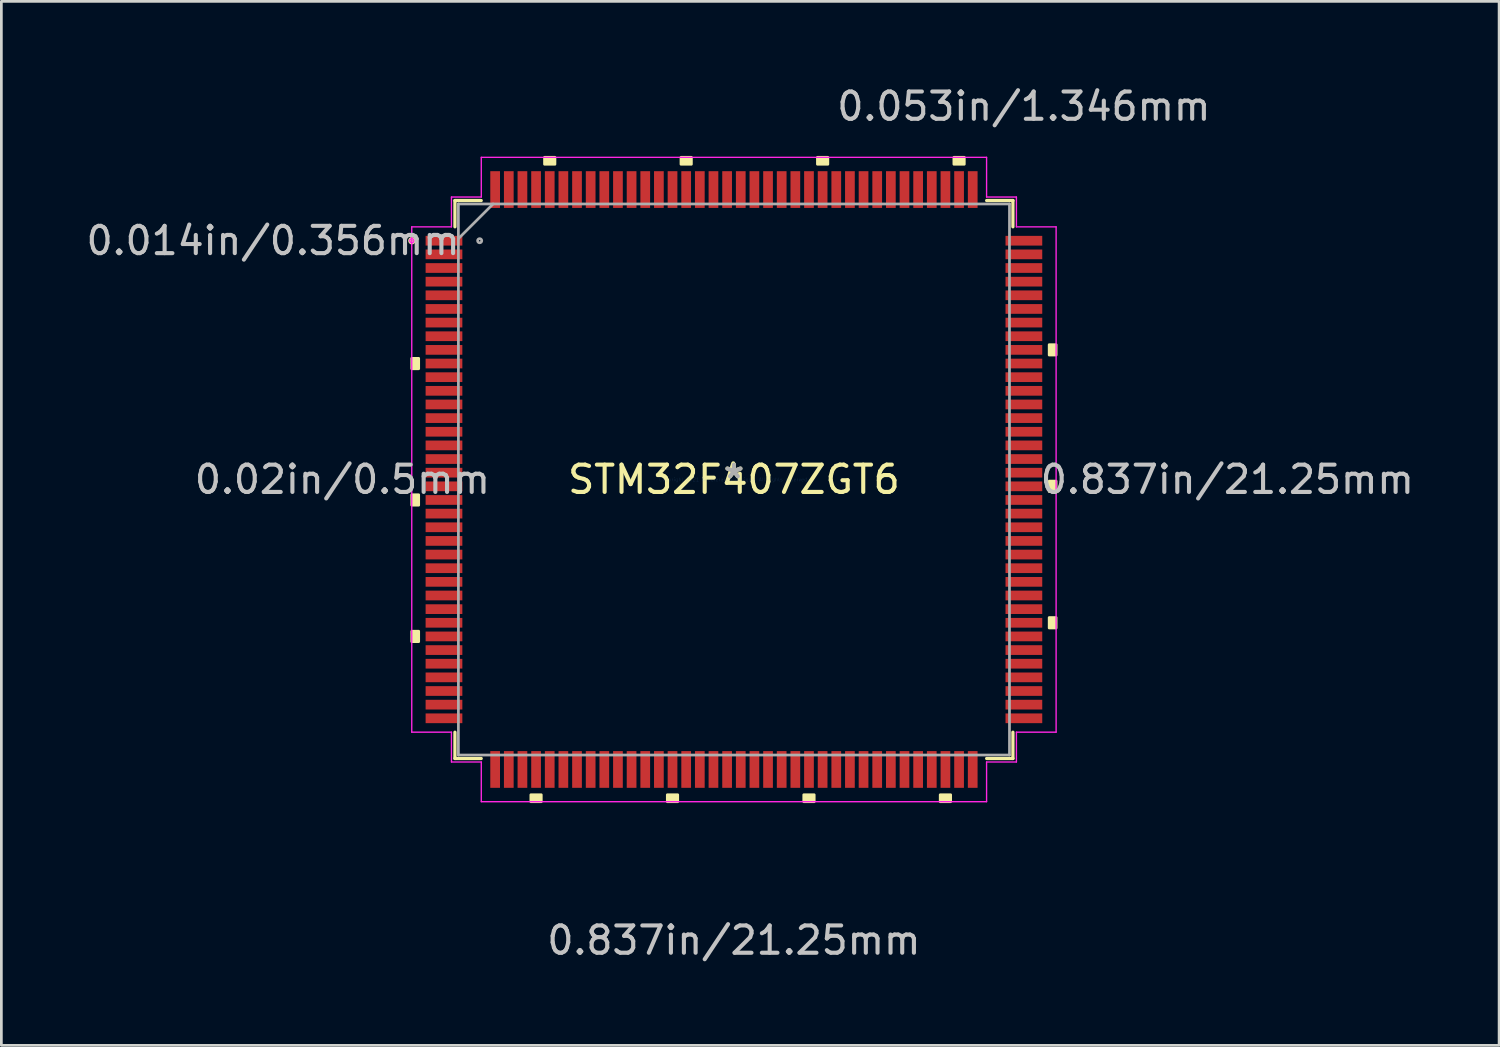
<source format=kicad_pcb>
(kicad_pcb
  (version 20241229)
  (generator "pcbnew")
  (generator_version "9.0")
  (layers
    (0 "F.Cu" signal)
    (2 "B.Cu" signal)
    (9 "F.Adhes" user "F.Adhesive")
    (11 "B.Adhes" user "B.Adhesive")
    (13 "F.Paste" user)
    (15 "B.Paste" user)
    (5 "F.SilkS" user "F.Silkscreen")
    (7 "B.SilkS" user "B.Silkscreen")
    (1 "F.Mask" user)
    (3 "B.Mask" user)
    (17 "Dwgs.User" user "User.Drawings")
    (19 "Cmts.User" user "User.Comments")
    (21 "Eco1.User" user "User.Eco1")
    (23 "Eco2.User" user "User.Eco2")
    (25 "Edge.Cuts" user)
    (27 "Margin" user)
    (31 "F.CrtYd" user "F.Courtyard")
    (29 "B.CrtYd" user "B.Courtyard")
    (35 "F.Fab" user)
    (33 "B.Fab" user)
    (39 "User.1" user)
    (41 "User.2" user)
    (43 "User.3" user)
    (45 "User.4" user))
  (footprint "STM32F407ZGT6"
    (layer "F.Cu")
    (at 23.844 14.521)
    (property "Reference" "STM32F407ZGT6" (at 0 0 0) (layer "F.SilkS") (effects (font (size 1 1) (thickness 0.15))))
    (attr through_hole)
    (fp_line (start -10.223 -10.223) (end -10.223 -9.261) (stroke (width 0.12) (type solid)) (layer "F.SilkS"))
    (fp_line (start -10.223 9.261) (end -10.223 10.223) (stroke (width 0.12) (type solid)) (layer "F.SilkS"))
    (fp_line (start -10.223 10.223) (end -9.261 10.223) (stroke (width 0.12) (type solid)) (layer "F.SilkS"))
    (fp_line (start -9.261 -10.223) (end -10.223 -10.223) (stroke (width 0.12) (type solid)) (layer "F.SilkS"))
    (fp_line (start 9.261 10.223) (end 10.223 10.223) (stroke (width 0.12) (type solid)) (layer "F.SilkS"))
    (fp_line (start 10.223 -10.223) (end 9.261 -10.223) (stroke (width 0.12) (type solid)) (layer "F.SilkS"))
    (fp_line (start 10.223 -9.261) (end 10.223 -10.223) (stroke (width 0.12) (type solid)) (layer "F.SilkS"))
    (fp_line (start 10.223 10.223) (end 10.223 9.261) (stroke (width 0.12) (type solid)) (layer "F.SilkS"))
    (fp_circle (center -11.802 -8.75) (end -11.726 -8.75) (stroke (width 0.12) (type solid)) (fill no) (layer "F.SilkS"))
    (fp_poly (pts (xy -11.806 -4.44) (xy -11.806 -4.059) (xy -11.552 -4.059) (xy -11.552 -4.44)) (stroke (width 0.1) (type solid)) (fill yes) (layer "F.SilkS"))
    (fp_poly (pts (xy -11.806 0.56) (xy -11.806 0.941) (xy -11.552 0.941) (xy -11.552 0.56)) (stroke (width 0.1) (type solid)) (fill yes) (layer "F.SilkS"))
    (fp_poly (pts (xy -11.806 5.56) (xy -11.806 5.941) (xy -11.552 5.941) (xy -11.552 5.56)) (stroke (width 0.1) (type solid)) (fill yes) (layer "F.SilkS"))
    (fp_poly (pts (xy -7.441 11.552) (xy -7.441 11.806) (xy -7.06 11.806) (xy -7.06 11.552)) (stroke (width 0.1) (type solid)) (fill yes) (layer "F.SilkS"))
    (fp_poly (pts (xy -6.94 -11.552) (xy -6.94 -11.806) (xy -6.559 -11.806) (xy -6.559 -11.552)) (stroke (width 0.1) (type solid)) (fill yes) (layer "F.SilkS"))
    (fp_poly (pts (xy -2.441 11.552) (xy -2.441 11.806) (xy -2.06 11.806) (xy -2.06 11.552)) (stroke (width 0.1) (type solid)) (fill yes) (layer "F.SilkS"))
    (fp_poly (pts (xy -1.94 -11.552) (xy -1.94 -11.806) (xy -1.559 -11.806) (xy -1.559 -11.552)) (stroke (width 0.1) (type solid)) (fill yes) (layer "F.SilkS"))
    (fp_poly (pts (xy 2.559 11.552) (xy 2.559 11.806) (xy 2.941 11.806) (xy 2.941 11.552)) (stroke (width 0.1) (type solid)) (fill yes) (layer "F.SilkS"))
    (fp_poly (pts (xy 3.06 -11.552) (xy 3.06 -11.806) (xy 3.441 -11.806) (xy 3.441 -11.552)) (stroke (width 0.1) (type solid)) (fill yes) (layer "F.SilkS"))
    (fp_poly (pts (xy 7.559 11.552) (xy 7.559 11.806) (xy 7.941 11.806) (xy 7.941 11.552)) (stroke (width 0.1) (type solid)) (fill yes) (layer "F.SilkS"))
    (fp_poly (pts (xy 8.06 -11.552) (xy 8.06 -11.806) (xy 8.441 -11.806) (xy 8.441 -11.552)) (stroke (width 0.1) (type solid)) (fill yes) (layer "F.SilkS"))
    (fp_poly (pts (xy 11.806 -4.941) (xy 11.806 -4.56) (xy 11.552 -4.56) (xy 11.552 -4.941)) (stroke (width 0.1) (type solid)) (fill yes) (layer "F.SilkS"))
    (fp_poly (pts (xy 11.806 0.059) (xy 11.806 0.441) (xy 11.552 0.441) (xy 11.552 0.059)) (stroke (width 0.1) (type solid)) (fill yes) (layer "F.SilkS"))
    (fp_poly (pts (xy 11.806 5.059) (xy 11.806 5.441) (xy 11.552 5.441) (xy 11.552 5.059)) (stroke (width 0.1) (type solid)) (fill yes) (layer "F.SilkS"))
    (fp_line (start -11.806 -9.258) (end -10.351 -9.258) (stroke (width 0.05) (type solid)) (layer "F.CrtYd"))
    (fp_line (start -11.806 9.258) (end -11.806 -9.258) (stroke (width 0.05) (type solid)) (layer "F.CrtYd"))
    (fp_line (start -10.351 -10.351) (end -9.258 -10.351) (stroke (width 0.05) (type solid)) (layer "F.CrtYd"))
    (fp_line (start -10.351 -9.258) (end -10.351 -10.351) (stroke (width 0.05) (type solid)) (layer "F.CrtYd"))
    (fp_line (start -10.351 9.258) (end -11.806 9.258) (stroke (width 0.05) (type solid)) (layer "F.CrtYd"))
    (fp_line (start -10.351 10.351) (end -10.351 9.258) (stroke (width 0.05) (type solid)) (layer "F.CrtYd"))
    (fp_line (start -9.258 -11.806) (end 9.258 -11.806) (stroke (width 0.05) (type solid)) (layer "F.CrtYd"))
    (fp_line (start -9.258 -10.351) (end -9.258 -11.806) (stroke (width 0.05) (type solid)) (layer "F.CrtYd"))
    (fp_line (start -9.258 10.351) (end -10.351 10.351) (stroke (width 0.05) (type solid)) (layer "F.CrtYd"))
    (fp_line (start -9.258 11.806) (end -9.258 10.351) (stroke (width 0.05) (type solid)) (layer "F.CrtYd"))
    (fp_line (start 9.258 -11.806) (end 9.258 -10.351) (stroke (width 0.05) (type solid)) (layer "F.CrtYd"))
    (fp_line (start 9.258 -10.351) (end 10.351 -10.351) (stroke (width 0.05) (type solid)) (layer "F.CrtYd"))
    (fp_line (start 9.258 10.351) (end 9.258 11.806) (stroke (width 0.05) (type solid)) (layer "F.CrtYd"))
    (fp_line (start 9.258 11.806) (end -9.258 11.806) (stroke (width 0.05) (type solid)) (layer "F.CrtYd"))
    (fp_line (start 10.351 -10.351) (end 10.351 -9.258) (stroke (width 0.05) (type solid)) (layer "F.CrtYd"))
    (fp_line (start 10.351 -9.258) (end 11.806 -9.258) (stroke (width 0.05) (type solid)) (layer "F.CrtYd"))
    (fp_line (start 10.351 9.258) (end 10.351 10.351) (stroke (width 0.05) (type solid)) (layer "F.CrtYd"))
    (fp_line (start 10.351 10.351) (end 9.258 10.351) (stroke (width 0.05) (type solid)) (layer "F.CrtYd"))
    (fp_line (start 11.806 -9.258) (end 11.806 9.258) (stroke (width 0.05) (type solid)) (layer "F.CrtYd"))
    (fp_line (start 11.806 9.258) (end 10.351 9.258) (stroke (width 0.05) (type solid)) (layer "F.CrtYd"))
    (fp_circle (center -11.802 -8.75) (end -11.726 -8.75) (stroke (width 0.05) (type solid)) (fill no) (layer "F.CrtYd"))
    (fp_line (start -10.097 -10.097) (end -10.097 10.097) (stroke (width 0.1) (type solid)) (layer "F.Fab"))
    (fp_line (start -10.097 -8.826) (end -8.826 -10.097) (stroke (width 0.1) (type solid)) (layer "F.Fab"))
    (fp_line (start -10.097 10.097) (end 10.097 10.097) (stroke (width 0.1) (type solid)) (layer "F.Fab"))
    (fp_line (start 10.097 -10.097) (end -10.097 -10.097) (stroke (width 0.1) (type solid)) (layer "F.Fab"))
    (fp_line (start 10.097 10.097) (end 10.097 -10.097) (stroke (width 0.1) (type solid)) (layer "F.Fab"))
    (fp_circle (center -9.317 -8.75) (end -9.241 -8.75) (stroke (width 0.1) (type solid)) (fill no) (layer "F.Fab"))
    (fp_text user "*" (at 0 0 0) (layer "F.SilkS") (effects (font (size 1 1) (thickness 0.15))))
    (fp_text user "0.014in/0.356mm" (at -16.886 -8.75 0) (layer "Dwgs.User") (effects (font (size 1 1) (thickness 0.15))))
    (fp_text user "0.02in/0.5mm" (at -14.346 0 0) (layer "Dwgs.User") (effects (font (size 1 1) (thickness 0.15))))
    (fp_text user "0.837in/21.25mm" (at 0 16.886 0) (layer "Dwgs.User") (effects (font (size 1 1) (thickness 0.15))))
    (fp_text user "0.837in/21.25mm" (at 18.08 0 0) (layer "Dwgs.User") (effects (font (size 1 1) (thickness 0.15))))
    (fp_text user "0.053in/1.346mm" (at 10.625 -13.673 0) (layer "Dwgs.User") (effects (font (size 1 1) (thickness 0.15))))
    (fp_text user "Copyright 2021 Accelerated Designs. All rights reserved." (at 0 0 0) (layer "Cmts.User") (effects (font (size 0.127 0.127) (thickness 0.002))))
    (fp_text user "*" (at 0 0 0) (layer "F.Fab") (effects (font (size 1 1) (thickness 0.15))))
    (pad "1" smd rect (at -10.625 -8.75) (size 1.346 0.356) (layers "F.Cu" "F.Mask" "F.Paste"))
    (pad "2" smd rect (at -10.625 -8.25) (size 1.346 0.356) (layers "F.Cu" "F.Mask" "F.Paste"))
    (pad "3" smd rect (at -10.625 -7.75) (size 1.346 0.356) (layers "F.Cu" "F.Mask" "F.Paste"))
    (pad "4" smd rect (at -10.625 -7.25) (size 1.346 0.356) (layers "F.Cu" "F.Mask" "F.Paste"))
    (pad "5" smd rect (at -10.625 -6.75) (size 1.346 0.356) (layers "F.Cu" "F.Mask" "F.Paste"))
    (pad "6" smd rect (at -10.625 -6.25) (size 1.346 0.356) (layers "F.Cu" "F.Mask" "F.Paste"))
    (pad "7" smd rect (at -10.625 -5.75) (size 1.346 0.356) (layers "F.Cu" "F.Mask" "F.Paste"))
    (pad "8" smd rect (at -10.625 -5.25) (size 1.346 0.356) (layers "F.Cu" "F.Mask" "F.Paste"))
    (pad "9" smd rect (at -10.625 -4.75) (size 1.346 0.356) (layers "F.Cu" "F.Mask" "F.Paste"))
    (pad "10" smd rect (at -10.625 -4.25) (size 1.346 0.356) (layers "F.Cu" "F.Mask" "F.Paste"))
    (pad "11" smd rect (at -10.625 -3.75) (size 1.346 0.356) (layers "F.Cu" "F.Mask" "F.Paste"))
    (pad "12" smd rect (at -10.625 -3.25) (size 1.346 0.356) (layers "F.Cu" "F.Mask" "F.Paste"))
    (pad "13" smd rect (at -10.625 -2.75) (size 1.346 0.356) (layers "F.Cu" "F.Mask" "F.Paste"))
    (pad "14" smd rect (at -10.625 -2.25) (size 1.346 0.356) (layers "F.Cu" "F.Mask" "F.Paste"))
    (pad "15" smd rect (at -10.625 -1.75) (size 1.346 0.356) (layers "F.Cu" "F.Mask" "F.Paste"))
    (pad "16" smd rect (at -10.625 -1.25) (size 1.346 0.356) (layers "F.Cu" "F.Mask" "F.Paste"))
    (pad "17" smd rect (at -10.625 -0.75) (size 1.346 0.356) (layers "F.Cu" "F.Mask" "F.Paste"))
    (pad "18" smd rect (at -10.625 -0.25) (size 1.346 0.356) (layers "F.Cu" "F.Mask" "F.Paste"))
    (pad "19" smd rect (at -10.625 0.25) (size 1.346 0.356) (layers "F.Cu" "F.Mask" "F.Paste"))
    (pad "20" smd rect (at -10.625 0.75) (size 1.346 0.356) (layers "F.Cu" "F.Mask" "F.Paste"))
    (pad "21" smd rect (at -10.625 1.25) (size 1.346 0.356) (layers "F.Cu" "F.Mask" "F.Paste"))
    (pad "22" smd rect (at -10.625 1.75) (size 1.346 0.356) (layers "F.Cu" "F.Mask" "F.Paste"))
    (pad "23" smd rect (at -10.625 2.25) (size 1.346 0.356) (layers "F.Cu" "F.Mask" "F.Paste"))
    (pad "24" smd rect (at -10.625 2.75) (size 1.346 0.356) (layers "F.Cu" "F.Mask" "F.Paste"))
    (pad "25" smd rect (at -10.625 3.25) (size 1.346 0.356) (layers "F.Cu" "F.Mask" "F.Paste"))
    (pad "26" smd rect (at -10.625 3.75) (size 1.346 0.356) (layers "F.Cu" "F.Mask" "F.Paste"))
    (pad "27" smd rect (at -10.625 4.25) (size 1.346 0.356) (layers "F.Cu" "F.Mask" "F.Paste"))
    (pad "28" smd rect (at -10.625 4.75) (size 1.346 0.356) (layers "F.Cu" "F.Mask" "F.Paste"))
    (pad "29" smd rect (at -10.625 5.25) (size 1.346 0.356) (layers "F.Cu" "F.Mask" "F.Paste"))
    (pad "30" smd rect (at -10.625 5.75) (size 1.346 0.356) (layers "F.Cu" "F.Mask" "F.Paste"))
    (pad "31" smd rect (at -10.625 6.25) (size 1.346 0.356) (layers "F.Cu" "F.Mask" "F.Paste"))
    (pad "32" smd rect (at -10.625 6.75) (size 1.346 0.356) (layers "F.Cu" "F.Mask" "F.Paste"))
    (pad "33" smd rect (at -10.625 7.25) (size 1.346 0.356) (layers "F.Cu" "F.Mask" "F.Paste"))
    (pad "34" smd rect (at -10.625 7.75) (size 1.346 0.356) (layers "F.Cu" "F.Mask" "F.Paste"))
    (pad "35" smd rect (at -10.625 8.25) (size 1.346 0.356) (layers "F.Cu" "F.Mask" "F.Paste"))
    (pad "36" smd rect (at -10.625 8.75) (size 1.346 0.356) (layers "F.Cu" "F.Mask" "F.Paste"))
    (pad "37" smd rect (at -8.75 10.625 90) (size 1.346 0.356) (layers "F.Cu" "F.Mask" "F.Paste"))
    (pad "38" smd rect (at -8.25 10.625 90) (size 1.346 0.356) (layers "F.Cu" "F.Mask" "F.Paste"))
    (pad "39" smd rect (at -7.75 10.625 90) (size 1.346 0.356) (layers "F.Cu" "F.Mask" "F.Paste"))
    (pad "40" smd rect (at -7.25 10.625 90) (size 1.346 0.356) (layers "F.Cu" "F.Mask" "F.Paste"))
    (pad "41" smd rect (at -6.75 10.625 90) (size 1.346 0.356) (layers "F.Cu" "F.Mask" "F.Paste"))
    (pad "42" smd rect (at -6.25 10.625 90) (size 1.346 0.356) (layers "F.Cu" "F.Mask" "F.Paste"))
    (pad "43" smd rect (at -5.75 10.625 90) (size 1.346 0.356) (layers "F.Cu" "F.Mask" "F.Paste"))
    (pad "44" smd rect (at -5.25 10.625 90) (size 1.346 0.356) (layers "F.Cu" "F.Mask" "F.Paste"))
    (pad "45" smd rect (at -4.75 10.625 90) (size 1.346 0.356) (layers "F.Cu" "F.Mask" "F.Paste"))
    (pad "46" smd rect (at -4.25 10.625 90) (size 1.346 0.356) (layers "F.Cu" "F.Mask" "F.Paste"))
    (pad "47" smd rect (at -3.75 10.625 90) (size 1.346 0.356) (layers "F.Cu" "F.Mask" "F.Paste"))
    (pad "48" smd rect (at -3.25 10.625 90) (size 1.346 0.356) (layers "F.Cu" "F.Mask" "F.Paste"))
    (pad "49" smd rect (at -2.75 10.625 90) (size 1.346 0.356) (layers "F.Cu" "F.Mask" "F.Paste"))
    (pad "50" smd rect (at -2.25 10.625 90) (size 1.346 0.356) (layers "F.Cu" "F.Mask" "F.Paste"))
    (pad "51" smd rect (at -1.75 10.625 90) (size 1.346 0.356) (layers "F.Cu" "F.Mask" "F.Paste"))
    (pad "52" smd rect (at -1.25 10.625 90) (size 1.346 0.356) (layers "F.Cu" "F.Mask" "F.Paste"))
    (pad "53" smd rect (at -0.75 10.625 90) (size 1.346 0.356) (layers "F.Cu" "F.Mask" "F.Paste"))
    (pad "54" smd rect (at -0.25 10.625 90) (size 1.346 0.356) (layers "F.Cu" "F.Mask" "F.Paste"))
    (pad "55" smd rect (at 0.25 10.625 90) (size 1.346 0.356) (layers "F.Cu" "F.Mask" "F.Paste"))
    (pad "56" smd rect (at 0.75 10.625 90) (size 1.346 0.356) (layers "F.Cu" "F.Mask" "F.Paste"))
    (pad "57" smd rect (at 1.25 10.625 90) (size 1.346 0.356) (layers "F.Cu" "F.Mask" "F.Paste"))
    (pad "58" smd rect (at 1.75 10.625 90) (size 1.346 0.356) (layers "F.Cu" "F.Mask" "F.Paste"))
    (pad "59" smd rect (at 2.25 10.625 90) (size 1.346 0.356) (layers "F.Cu" "F.Mask" "F.Paste"))
    (pad "60" smd rect (at 2.75 10.625 90) (size 1.346 0.356) (layers "F.Cu" "F.Mask" "F.Paste"))
    (pad "61" smd rect (at 3.25 10.625 90) (size 1.346 0.356) (layers "F.Cu" "F.Mask" "F.Paste"))
    (pad "62" smd rect (at 3.75 10.625 90) (size 1.346 0.356) (layers "F.Cu" "F.Mask" "F.Paste"))
    (pad "63" smd rect (at 4.25 10.625 90) (size 1.346 0.356) (layers "F.Cu" "F.Mask" "F.Paste"))
    (pad "64" smd rect (at 4.75 10.625 90) (size 1.346 0.356) (layers "F.Cu" "F.Mask" "F.Paste"))
    (pad "65" smd rect (at 5.25 10.625 90) (size 1.346 0.356) (layers "F.Cu" "F.Mask" "F.Paste"))
    (pad "66" smd rect (at 5.75 10.625 90) (size 1.346 0.356) (layers "F.Cu" "F.Mask" "F.Paste"))
    (pad "67" smd rect (at 6.25 10.625 90) (size 1.346 0.356) (layers "F.Cu" "F.Mask" "F.Paste"))
    (pad "68" smd rect (at 6.75 10.625 90) (size 1.346 0.356) (layers "F.Cu" "F.Mask" "F.Paste"))
    (pad "69" smd rect (at 7.25 10.625 90) (size 1.346 0.356) (layers "F.Cu" "F.Mask" "F.Paste"))
    (pad "70" smd rect (at 7.75 10.625 90) (size 1.346 0.356) (layers "F.Cu" "F.Mask" "F.Paste"))
    (pad "71" smd rect (at 8.25 10.625 90) (size 1.346 0.356) (layers "F.Cu" "F.Mask" "F.Paste"))
    (pad "72" smd rect (at 8.75 10.625 90) (size 1.346 0.356) (layers "F.Cu" "F.Mask" "F.Paste"))
    (pad "73" smd rect (at 10.625 8.75) (size 1.346 0.356) (layers "F.Cu" "F.Mask" "F.Paste"))
    (pad "74" smd rect (at 10.625 8.25) (size 1.346 0.356) (layers "F.Cu" "F.Mask" "F.Paste"))
    (pad "75" smd rect (at 10.625 7.75) (size 1.346 0.356) (layers "F.Cu" "F.Mask" "F.Paste"))
    (pad "76" smd rect (at 10.625 7.25) (size 1.346 0.356) (layers "F.Cu" "F.Mask" "F.Paste"))
    (pad "77" smd rect (at 10.625 6.75) (size 1.346 0.356) (layers "F.Cu" "F.Mask" "F.Paste"))
    (pad "78" smd rect (at 10.625 6.25) (size 1.346 0.356) (layers "F.Cu" "F.Mask" "F.Paste"))
    (pad "79" smd rect (at 10.625 5.75) (size 1.346 0.356) (layers "F.Cu" "F.Mask" "F.Paste"))
    (pad "80" smd rect (at 10.625 5.25) (size 1.346 0.356) (layers "F.Cu" "F.Mask" "F.Paste"))
    (pad "81" smd rect (at 10.625 4.75) (size 1.346 0.356) (layers "F.Cu" "F.Mask" "F.Paste"))
    (pad "82" smd rect (at 10.625 4.25) (size 1.346 0.356) (layers "F.Cu" "F.Mask" "F.Paste"))
    (pad "83" smd rect (at 10.625 3.75) (size 1.346 0.356) (layers "F.Cu" "F.Mask" "F.Paste"))
    (pad "84" smd rect (at 10.625 3.25) (size 1.346 0.356) (layers "F.Cu" "F.Mask" "F.Paste"))
    (pad "85" smd rect (at 10.625 2.75) (size 1.346 0.356) (layers "F.Cu" "F.Mask" "F.Paste"))
    (pad "86" smd rect (at 10.625 2.25) (size 1.346 0.356) (layers "F.Cu" "F.Mask" "F.Paste"))
    (pad "87" smd rect (at 10.625 1.75) (size 1.346 0.356) (layers "F.Cu" "F.Mask" "F.Paste"))
    (pad "88" smd rect (at 10.625 1.25) (size 1.346 0.356) (layers "F.Cu" "F.Mask" "F.Paste"))
    (pad "89" smd rect (at 10.625 0.75) (size 1.346 0.356) (layers "F.Cu" "F.Mask" "F.Paste"))
    (pad "90" smd rect (at 10.625 0.25) (size 1.346 0.356) (layers "F.Cu" "F.Mask" "F.Paste"))
    (pad "91" smd rect (at 10.625 -0.25) (size 1.346 0.356) (layers "F.Cu" "F.Mask" "F.Paste"))
    (pad "92" smd rect (at 10.625 -0.75) (size 1.346 0.356) (layers "F.Cu" "F.Mask" "F.Paste"))
    (pad "93" smd rect (at 10.625 -1.25) (size 1.346 0.356) (layers "F.Cu" "F.Mask" "F.Paste"))
    (pad "94" smd rect (at 10.625 -1.75) (size 1.346 0.356) (layers "F.Cu" "F.Mask" "F.Paste"))
    (pad "95" smd rect (at 10.625 -2.25) (size 1.346 0.356) (layers "F.Cu" "F.Mask" "F.Paste"))
    (pad "96" smd rect (at 10.625 -2.75) (size 1.346 0.356) (layers "F.Cu" "F.Mask" "F.Paste"))
    (pad "97" smd rect (at 10.625 -3.25) (size 1.346 0.356) (layers "F.Cu" "F.Mask" "F.Paste"))
    (pad "98" smd rect (at 10.625 -3.75) (size 1.346 0.356) (layers "F.Cu" "F.Mask" "F.Paste"))
    (pad "99" smd rect (at 10.625 -4.25) (size 1.346 0.356) (layers "F.Cu" "F.Mask" "F.Paste"))
    (pad "100" smd rect (at 10.625 -4.75) (size 1.346 0.356) (layers "F.Cu" "F.Mask" "F.Paste"))
    (pad "101" smd rect (at 10.625 -5.25) (size 1.346 0.356) (layers "F.Cu" "F.Mask" "F.Paste"))
    (pad "102" smd rect (at 10.625 -5.75) (size 1.346 0.356) (layers "F.Cu" "F.Mask" "F.Paste"))
    (pad "103" smd rect (at 10.625 -6.25) (size 1.346 0.356) (layers "F.Cu" "F.Mask" "F.Paste"))
    (pad "104" smd rect (at 10.625 -6.75) (size 1.346 0.356) (layers "F.Cu" "F.Mask" "F.Paste"))
    (pad "105" smd rect (at 10.625 -7.25) (size 1.346 0.356) (layers "F.Cu" "F.Mask" "F.Paste"))
    (pad "106" smd rect (at 10.625 -7.75) (size 1.346 0.356) (layers "F.Cu" "F.Mask" "F.Paste"))
    (pad "107" smd rect (at 10.625 -8.25) (size 1.346 0.356) (layers "F.Cu" "F.Mask" "F.Paste"))
    (pad "108" smd rect (at 10.625 -8.75) (size 1.346 0.356) (layers "F.Cu" "F.Mask" "F.Paste"))
    (pad "109" smd rect (at 8.75 -10.625 90) (size 1.346 0.356) (layers "F.Cu" "F.Mask" "F.Paste"))
    (pad "110" smd rect (at 8.25 -10.625 90) (size 1.346 0.356) (layers "F.Cu" "F.Mask" "F.Paste"))
    (pad "111" smd rect (at 7.75 -10.625 90) (size 1.346 0.356) (layers "F.Cu" "F.Mask" "F.Paste"))
    (pad "112" smd rect (at 7.25 -10.625 90) (size 1.346 0.356) (layers "F.Cu" "F.Mask" "F.Paste"))
    (pad "113" smd rect (at 6.75 -10.625 90) (size 1.346 0.356) (layers "F.Cu" "F.Mask" "F.Paste"))
    (pad "114" smd rect (at 6.25 -10.625 90) (size 1.346 0.356) (layers "F.Cu" "F.Mask" "F.Paste"))
    (pad "115" smd rect (at 5.75 -10.625 90) (size 1.346 0.356) (layers "F.Cu" "F.Mask" "F.Paste"))
    (pad "116" smd rect (at 5.25 -10.625 90) (size 1.346 0.356) (layers "F.Cu" "F.Mask" "F.Paste"))
    (pad "117" smd rect (at 4.75 -10.625 90) (size 1.346 0.356) (layers "F.Cu" "F.Mask" "F.Paste"))
    (pad "118" smd rect (at 4.25 -10.625 90) (size 1.346 0.356) (layers "F.Cu" "F.Mask" "F.Paste"))
    (pad "119" smd rect (at 3.75 -10.625 90) (size 1.346 0.356) (layers "F.Cu" "F.Mask" "F.Paste"))
    (pad "120" smd rect (at 3.25 -10.625 90) (size 1.346 0.356) (layers "F.Cu" "F.Mask" "F.Paste"))
    (pad "121" smd rect (at 2.75 -10.625 90) (size 1.346 0.356) (layers "F.Cu" "F.Mask" "F.Paste"))
    (pad "122" smd rect (at 2.25 -10.625 90) (size 1.346 0.356) (layers "F.Cu" "F.Mask" "F.Paste"))
    (pad "123" smd rect (at 1.75 -10.625 90) (size 1.346 0.356) (layers "F.Cu" "F.Mask" "F.Paste"))
    (pad "124" smd rect (at 1.25 -10.625 90) (size 1.346 0.356) (layers "F.Cu" "F.Mask" "F.Paste"))
    (pad "125" smd rect (at 0.75 -10.625 90) (size 1.346 0.356) (layers "F.Cu" "F.Mask" "F.Paste"))
    (pad "126" smd rect (at 0.25 -10.625 90) (size 1.346 0.356) (layers "F.Cu" "F.Mask" "F.Paste"))
    (pad "127" smd rect (at -0.25 -10.625 90) (size 1.346 0.356) (layers "F.Cu" "F.Mask" "F.Paste"))
    (pad "128" smd rect (at -0.75 -10.625 90) (size 1.346 0.356) (layers "F.Cu" "F.Mask" "F.Paste"))
    (pad "129" smd rect (at -1.25 -10.625 90) (size 1.346 0.356) (layers "F.Cu" "F.Mask" "F.Paste"))
    (pad "130" smd rect (at -1.75 -10.625 90) (size 1.346 0.356) (layers "F.Cu" "F.Mask" "F.Paste"))
    (pad "131" smd rect (at -2.25 -10.625 90) (size 1.346 0.356) (layers "F.Cu" "F.Mask" "F.Paste"))
    (pad "132" smd rect (at -2.75 -10.625 90) (size 1.346 0.356) (layers "F.Cu" "F.Mask" "F.Paste"))
    (pad "133" smd rect (at -3.25 -10.625 90) (size 1.346 0.356) (layers "F.Cu" "F.Mask" "F.Paste"))
    (pad "134" smd rect (at -3.75 -10.625 90) (size 1.346 0.356) (layers "F.Cu" "F.Mask" "F.Paste"))
    (pad "135" smd rect (at -4.25 -10.625 90) (size 1.346 0.356) (layers "F.Cu" "F.Mask" "F.Paste"))
    (pad "136" smd rect (at -4.75 -10.625 90) (size 1.346 0.356) (layers "F.Cu" "F.Mask" "F.Paste"))
    (pad "137" smd rect (at -5.25 -10.625 90) (size 1.346 0.356) (layers "F.Cu" "F.Mask" "F.Paste"))
    (pad "138" smd rect (at -5.75 -10.625 90) (size 1.346 0.356) (layers "F.Cu" "F.Mask" "F.Paste"))
    (pad "139" smd rect (at -6.25 -10.625 90) (size 1.346 0.356) (layers "F.Cu" "F.Mask" "F.Paste"))
    (pad "140" smd rect (at -6.75 -10.625 90) (size 1.346 0.356) (layers "F.Cu" "F.Mask" "F.Paste"))
    (pad "141" smd rect (at -7.25 -10.625 90) (size 1.346 0.356) (layers "F.Cu" "F.Mask" "F.Paste"))
    (pad "142" smd rect (at -7.75 -10.625 90) (size 1.346 0.356) (layers "F.Cu" "F.Mask" "F.Paste"))
    (pad "143" smd rect (at -8.25 -10.625 90) (size 1.346 0.356) (layers "F.Cu" "F.Mask" "F.Paste"))
    (pad "144" smd rect (at -8.75 -10.625 90) (size 1.346 0.356) (layers "F.Cu" "F.Mask" "F.Paste")))
  (gr_rect
    (start -3 -3)
    (end 51.883 35.256)
    (stroke (width 0.1) (type default))
    (fill no)
    (layer "Edge.Cuts")))
</source>
